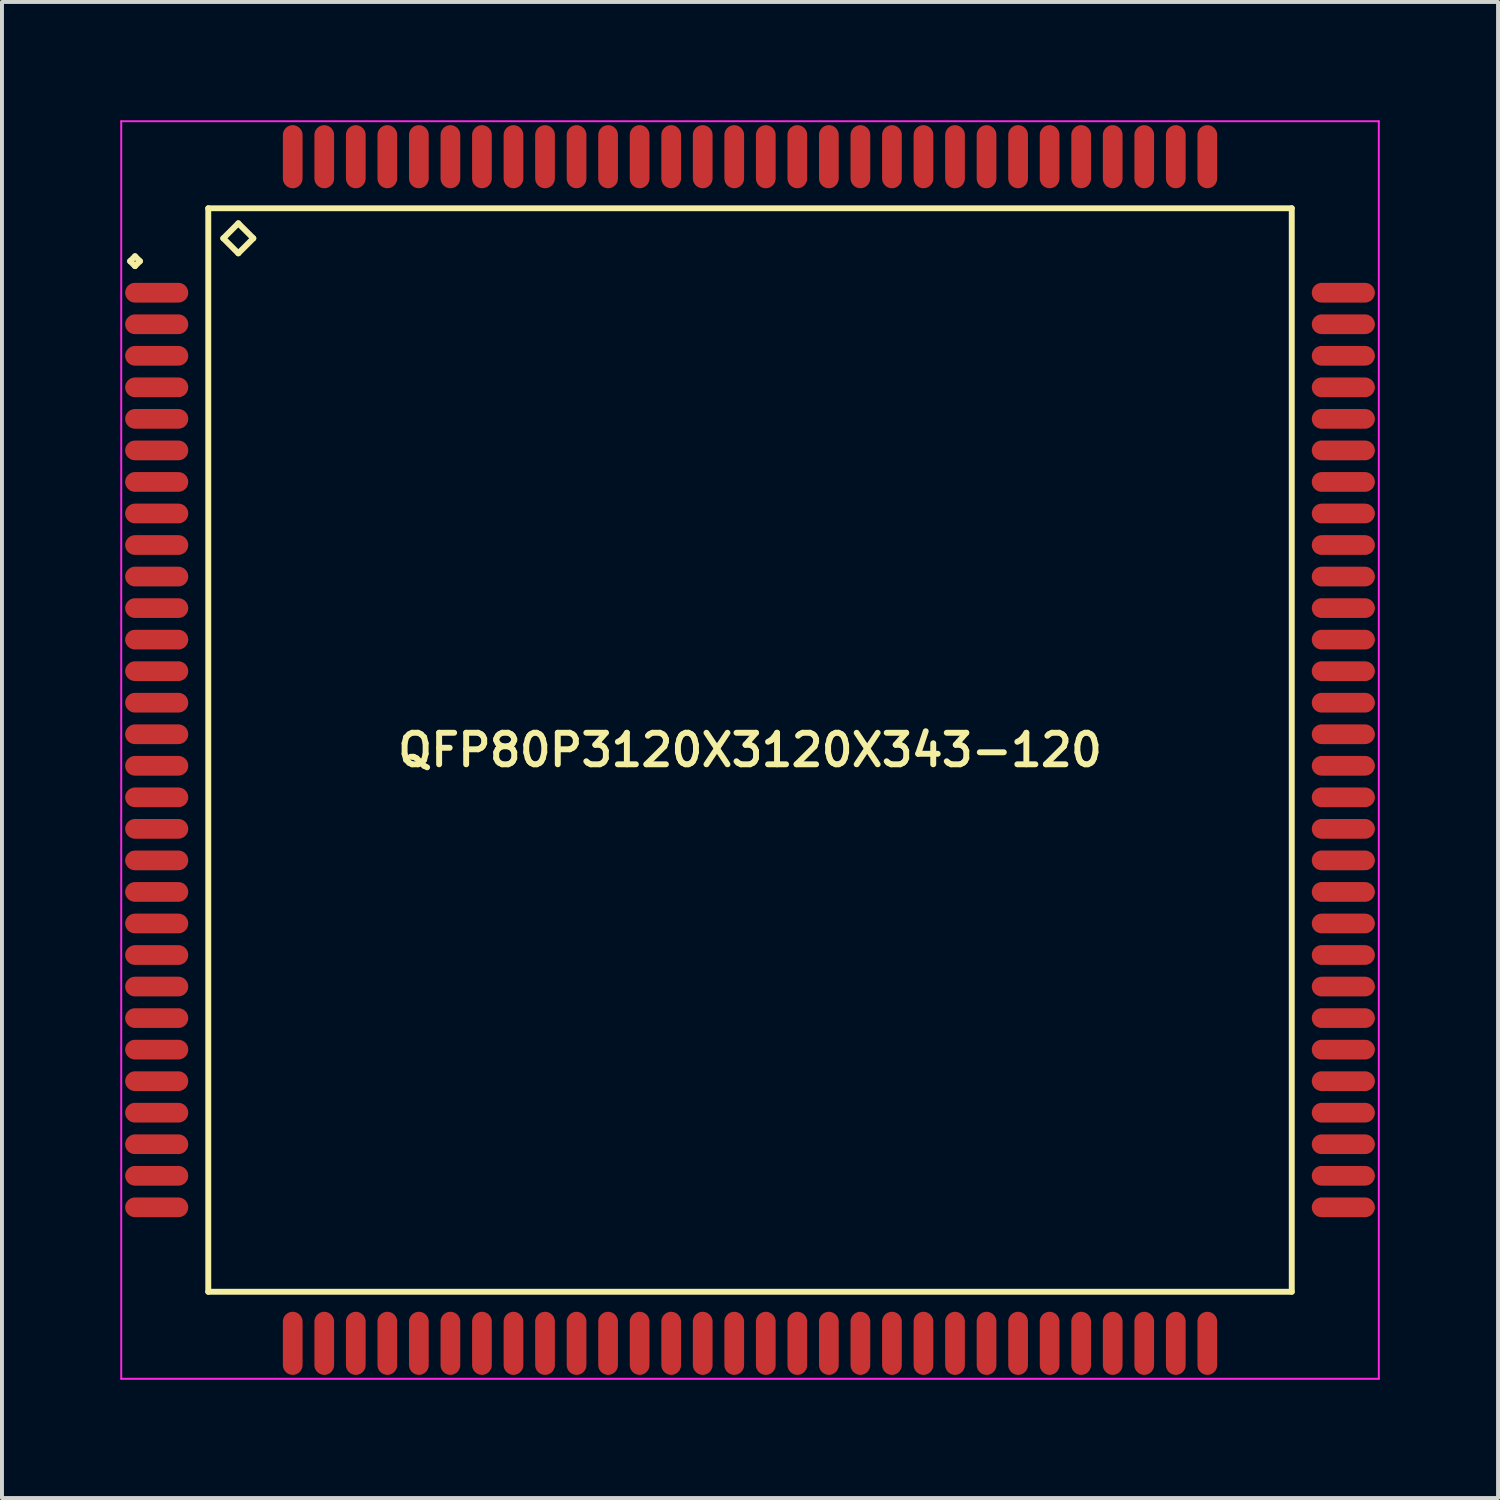
<source format=kicad_pcb>
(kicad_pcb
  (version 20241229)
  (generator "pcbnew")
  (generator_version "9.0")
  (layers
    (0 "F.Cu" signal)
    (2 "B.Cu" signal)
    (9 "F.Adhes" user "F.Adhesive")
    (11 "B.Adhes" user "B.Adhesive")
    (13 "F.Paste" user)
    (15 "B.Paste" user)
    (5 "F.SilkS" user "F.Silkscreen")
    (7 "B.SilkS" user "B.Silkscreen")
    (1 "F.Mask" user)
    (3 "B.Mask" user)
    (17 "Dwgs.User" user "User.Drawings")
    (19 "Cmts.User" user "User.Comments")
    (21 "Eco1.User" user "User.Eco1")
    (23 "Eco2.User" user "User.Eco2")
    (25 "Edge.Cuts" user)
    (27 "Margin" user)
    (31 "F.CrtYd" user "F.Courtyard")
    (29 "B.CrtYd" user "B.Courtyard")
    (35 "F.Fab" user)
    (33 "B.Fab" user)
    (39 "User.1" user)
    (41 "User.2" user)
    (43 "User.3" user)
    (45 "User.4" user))
  (footprint "QFP80P3120X3120X343-120"
    (layer "F.Cu")
    (at 15.975 15.975)
    (property "Reference" "QFP80P3120X3120X343-120" (at 0 0 0) (layer "F.SilkS") (effects (font (size 0.8 0.8) (thickness 0.15))))
    (attr smd)
    (fp_line (start -15.725 -12.4) (end -15.6 -12.525) (stroke (width 0.15) (type solid)) (layer "F.SilkS"))
    (fp_line (start -15.6 -12.525) (end -15.475 -12.4) (stroke (width 0.15) (type solid)) (layer "F.SilkS"))
    (fp_line (start -15.6 -12.275) (end -15.725 -12.4) (stroke (width 0.15) (type solid)) (layer "F.SilkS"))
    (fp_line (start -15.475 -12.4) (end -15.6 -12.275) (stroke (width 0.15) (type solid)) (layer "F.SilkS"))
    (fp_line (start -13.742 -13.742) (end -13.742 13.742) (stroke (width 0.15) (type solid)) (layer "F.SilkS"))
    (fp_line (start -13.742 13.742) (end 13.742 13.742) (stroke (width 0.15) (type solid)) (layer "F.SilkS"))
    (fp_line (start -13.361 -12.98) (end -12.98 -13.361) (stroke (width 0.15) (type solid)) (layer "F.SilkS"))
    (fp_line (start -12.98 -13.361) (end -12.599 -12.98) (stroke (width 0.15) (type solid)) (layer "F.SilkS"))
    (fp_line (start -12.98 -12.599) (end -13.361 -12.98) (stroke (width 0.15) (type solid)) (layer "F.SilkS"))
    (fp_line (start -12.599 -12.98) (end -12.98 -12.599) (stroke (width 0.15) (type solid)) (layer "F.SilkS"))
    (fp_line (start 13.742 -13.742) (end -13.742 -13.742) (stroke (width 0.15) (type solid)) (layer "F.SilkS"))
    (fp_line (start 13.742 13.742) (end 13.742 -13.742) (stroke (width 0.15) (type solid)) (layer "F.SilkS"))
    (fp_line (start -15.95 -15.95) (end 15.95 -15.95) (stroke (width 0.05) (type solid)) (layer "F.CrtYd"))
    (fp_line (start -15.95 15.95) (end -15.95 -15.95) (stroke (width 0.05) (type solid)) (layer "F.CrtYd"))
    (fp_line (start 15.95 -15.95) (end 15.95 15.95) (stroke (width 0.05) (type solid)) (layer "F.CrtYd"))
    (fp_line (start 15.95 15.95) (end -15.95 15.95) (stroke (width 0.05) (type solid)) (layer "F.CrtYd"))
    (pad "1" smd oval (at -15.05 -11.6) (size 1.6 0.5) (layers "F.Cu" "F.Mask" "F.Paste"))
    (pad "2" smd oval (at -15.05 -10.8) (size 1.6 0.5) (layers "F.Cu" "F.Mask" "F.Paste"))
    (pad "3" smd oval (at -15.05 -10) (size 1.6 0.5) (layers "F.Cu" "F.Mask" "F.Paste"))
    (pad "4" smd oval (at -15.05 -9.2) (size 1.6 0.5) (layers "F.Cu" "F.Mask" "F.Paste"))
    (pad "5" smd oval (at -15.05 -8.4) (size 1.6 0.5) (layers "F.Cu" "F.Mask" "F.Paste"))
    (pad "6" smd oval (at -15.05 -7.6) (size 1.6 0.5) (layers "F.Cu" "F.Mask" "F.Paste"))
    (pad "7" smd oval (at -15.05 -6.8) (size 1.6 0.5) (layers "F.Cu" "F.Mask" "F.Paste"))
    (pad "8" smd oval (at -15.05 -6) (size 1.6 0.5) (layers "F.Cu" "F.Mask" "F.Paste"))
    (pad "9" smd oval (at -15.05 -5.2) (size 1.6 0.5) (layers "F.Cu" "F.Mask" "F.Paste"))
    (pad "10" smd oval (at -15.05 -4.4) (size 1.6 0.5) (layers "F.Cu" "F.Mask" "F.Paste"))
    (pad "11" smd oval (at -15.05 -3.6) (size 1.6 0.5) (layers "F.Cu" "F.Mask" "F.Paste"))
    (pad "12" smd oval (at -15.05 -2.8) (size 1.6 0.5) (layers "F.Cu" "F.Mask" "F.Paste"))
    (pad "13" smd oval (at -15.05 -2) (size 1.6 0.5) (layers "F.Cu" "F.Mask" "F.Paste"))
    (pad "14" smd oval (at -15.05 -1.2) (size 1.6 0.5) (layers "F.Cu" "F.Mask" "F.Paste"))
    (pad "15" smd oval (at -15.05 -0.4) (size 1.6 0.5) (layers "F.Cu" "F.Mask" "F.Paste"))
    (pad "16" smd oval (at -15.05 0.4) (size 1.6 0.5) (layers "F.Cu" "F.Mask" "F.Paste"))
    (pad "17" smd oval (at -15.05 1.2) (size 1.6 0.5) (layers "F.Cu" "F.Mask" "F.Paste"))
    (pad "18" smd oval (at -15.05 2) (size 1.6 0.5) (layers "F.Cu" "F.Mask" "F.Paste"))
    (pad "19" smd oval (at -15.05 2.8) (size 1.6 0.5) (layers "F.Cu" "F.Mask" "F.Paste"))
    (pad "20" smd oval (at -15.05 3.6) (size 1.6 0.5) (layers "F.Cu" "F.Mask" "F.Paste"))
    (pad "21" smd oval (at -15.05 4.4) (size 1.6 0.5) (layers "F.Cu" "F.Mask" "F.Paste"))
    (pad "22" smd oval (at -15.05 5.2) (size 1.6 0.5) (layers "F.Cu" "F.Mask" "F.Paste"))
    (pad "23" smd oval (at -15.05 6) (size 1.6 0.5) (layers "F.Cu" "F.Mask" "F.Paste"))
    (pad "24" smd oval (at -15.05 6.8) (size 1.6 0.5) (layers "F.Cu" "F.Mask" "F.Paste"))
    (pad "25" smd oval (at -15.05 7.6) (size 1.6 0.5) (layers "F.Cu" "F.Mask" "F.Paste"))
    (pad "26" smd oval (at -15.05 8.4) (size 1.6 0.5) (layers "F.Cu" "F.Mask" "F.Paste"))
    (pad "27" smd oval (at -15.05 9.2) (size 1.6 0.5) (layers "F.Cu" "F.Mask" "F.Paste"))
    (pad "28" smd oval (at -15.05 10) (size 1.6 0.5) (layers "F.Cu" "F.Mask" "F.Paste"))
    (pad "29" smd oval (at -15.05 10.8) (size 1.6 0.5) (layers "F.Cu" "F.Mask" "F.Paste"))
    (pad "30" smd oval (at -15.05 11.6) (size 1.6 0.5) (layers "F.Cu" "F.Mask" "F.Paste"))
    (pad "31" smd oval (at -11.6 15.05) (size 0.5 1.6) (layers "F.Cu" "F.Mask" "F.Paste"))
    (pad "32" smd oval (at -10.8 15.05) (size 0.5 1.6) (layers "F.Cu" "F.Mask" "F.Paste"))
    (pad "33" smd oval (at -10 15.05) (size 0.5 1.6) (layers "F.Cu" "F.Mask" "F.Paste"))
    (pad "34" smd oval (at -9.2 15.05) (size 0.5 1.6) (layers "F.Cu" "F.Mask" "F.Paste"))
    (pad "35" smd oval (at -8.4 15.05) (size 0.5 1.6) (layers "F.Cu" "F.Mask" "F.Paste"))
    (pad "36" smd oval (at -7.6 15.05) (size 0.5 1.6) (layers "F.Cu" "F.Mask" "F.Paste"))
    (pad "37" smd oval (at -6.8 15.05) (size 0.5 1.6) (layers "F.Cu" "F.Mask" "F.Paste"))
    (pad "38" smd oval (at -6 15.05) (size 0.5 1.6) (layers "F.Cu" "F.Mask" "F.Paste"))
    (pad "39" smd oval (at -5.2 15.05) (size 0.5 1.6) (layers "F.Cu" "F.Mask" "F.Paste"))
    (pad "40" smd oval (at -4.4 15.05) (size 0.5 1.6) (layers "F.Cu" "F.Mask" "F.Paste"))
    (pad "41" smd oval (at -3.6 15.05) (size 0.5 1.6) (layers "F.Cu" "F.Mask" "F.Paste"))
    (pad "42" smd oval (at -2.8 15.05) (size 0.5 1.6) (layers "F.Cu" "F.Mask" "F.Paste"))
    (pad "43" smd oval (at -2 15.05) (size 0.5 1.6) (layers "F.Cu" "F.Mask" "F.Paste"))
    (pad "44" smd oval (at -1.2 15.05) (size 0.5 1.6) (layers "F.Cu" "F.Mask" "F.Paste"))
    (pad "45" smd oval (at -0.4 15.05) (size 0.5 1.6) (layers "F.Cu" "F.Mask" "F.Paste"))
    (pad "46" smd oval (at 0.4 15.05) (size 0.5 1.6) (layers "F.Cu" "F.Mask" "F.Paste"))
    (pad "47" smd oval (at 1.2 15.05) (size 0.5 1.6) (layers "F.Cu" "F.Mask" "F.Paste"))
    (pad "48" smd oval (at 2 15.05) (size 0.5 1.6) (layers "F.Cu" "F.Mask" "F.Paste"))
    (pad "49" smd oval (at 2.8 15.05) (size 0.5 1.6) (layers "F.Cu" "F.Mask" "F.Paste"))
    (pad "50" smd oval (at 3.6 15.05) (size 0.5 1.6) (layers "F.Cu" "F.Mask" "F.Paste"))
    (pad "51" smd oval (at 4.4 15.05) (size 0.5 1.6) (layers "F.Cu" "F.Mask" "F.Paste"))
    (pad "52" smd oval (at 5.2 15.05) (size 0.5 1.6) (layers "F.Cu" "F.Mask" "F.Paste"))
    (pad "53" smd oval (at 6 15.05) (size 0.5 1.6) (layers "F.Cu" "F.Mask" "F.Paste"))
    (pad "54" smd oval (at 6.8 15.05) (size 0.5 1.6) (layers "F.Cu" "F.Mask" "F.Paste"))
    (pad "55" smd oval (at 7.6 15.05) (size 0.5 1.6) (layers "F.Cu" "F.Mask" "F.Paste"))
    (pad "56" smd oval (at 8.4 15.05) (size 0.5 1.6) (layers "F.Cu" "F.Mask" "F.Paste"))
    (pad "57" smd oval (at 9.2 15.05) (size 0.5 1.6) (layers "F.Cu" "F.Mask" "F.Paste"))
    (pad "58" smd oval (at 10 15.05) (size 0.5 1.6) (layers "F.Cu" "F.Mask" "F.Paste"))
    (pad "59" smd oval (at 10.8 15.05) (size 0.5 1.6) (layers "F.Cu" "F.Mask" "F.Paste"))
    (pad "60" smd oval (at 11.6 15.05) (size 0.5 1.6) (layers "F.Cu" "F.Mask" "F.Paste"))
    (pad "61" smd oval (at 15.05 11.6) (size 1.6 0.5) (layers "F.Cu" "F.Mask" "F.Paste"))
    (pad "62" smd oval (at 15.05 10.8) (size 1.6 0.5) (layers "F.Cu" "F.Mask" "F.Paste"))
    (pad "63" smd oval (at 15.05 10) (size 1.6 0.5) (layers "F.Cu" "F.Mask" "F.Paste"))
    (pad "64" smd oval (at 15.05 9.2) (size 1.6 0.5) (layers "F.Cu" "F.Mask" "F.Paste"))
    (pad "65" smd oval (at 15.05 8.4) (size 1.6 0.5) (layers "F.Cu" "F.Mask" "F.Paste"))
    (pad "66" smd oval (at 15.05 7.6) (size 1.6 0.5) (layers "F.Cu" "F.Mask" "F.Paste"))
    (pad "67" smd oval (at 15.05 6.8) (size 1.6 0.5) (layers "F.Cu" "F.Mask" "F.Paste"))
    (pad "68" smd oval (at 15.05 6) (size 1.6 0.5) (layers "F.Cu" "F.Mask" "F.Paste"))
    (pad "69" smd oval (at 15.05 5.2) (size 1.6 0.5) (layers "F.Cu" "F.Mask" "F.Paste"))
    (pad "70" smd oval (at 15.05 4.4) (size 1.6 0.5) (layers "F.Cu" "F.Mask" "F.Paste"))
    (pad "71" smd oval (at 15.05 3.6) (size 1.6 0.5) (layers "F.Cu" "F.Mask" "F.Paste"))
    (pad "72" smd oval (at 15.05 2.8) (size 1.6 0.5) (layers "F.Cu" "F.Mask" "F.Paste"))
    (pad "73" smd oval (at 15.05 2) (size 1.6 0.5) (layers "F.Cu" "F.Mask" "F.Paste"))
    (pad "74" smd oval (at 15.05 1.2) (size 1.6 0.5) (layers "F.Cu" "F.Mask" "F.Paste"))
    (pad "75" smd oval (at 15.05 0.4) (size 1.6 0.5) (layers "F.Cu" "F.Mask" "F.Paste"))
    (pad "76" smd oval (at 15.05 -0.4) (size 1.6 0.5) (layers "F.Cu" "F.Mask" "F.Paste"))
    (pad "77" smd oval (at 15.05 -1.2) (size 1.6 0.5) (layers "F.Cu" "F.Mask" "F.Paste"))
    (pad "78" smd oval (at 15.05 -2) (size 1.6 0.5) (layers "F.Cu" "F.Mask" "F.Paste"))
    (pad "79" smd oval (at 15.05 -2.8) (size 1.6 0.5) (layers "F.Cu" "F.Mask" "F.Paste"))
    (pad "80" smd oval (at 15.05 -3.6) (size 1.6 0.5) (layers "F.Cu" "F.Mask" "F.Paste"))
    (pad "81" smd oval (at 15.05 -4.4) (size 1.6 0.5) (layers "F.Cu" "F.Mask" "F.Paste"))
    (pad "82" smd oval (at 15.05 -5.2) (size 1.6 0.5) (layers "F.Cu" "F.Mask" "F.Paste"))
    (pad "83" smd oval (at 15.05 -6) (size 1.6 0.5) (layers "F.Cu" "F.Mask" "F.Paste"))
    (pad "84" smd oval (at 15.05 -6.8) (size 1.6 0.5) (layers "F.Cu" "F.Mask" "F.Paste"))
    (pad "85" smd oval (at 15.05 -7.6) (size 1.6 0.5) (layers "F.Cu" "F.Mask" "F.Paste"))
    (pad "86" smd oval (at 15.05 -8.4) (size 1.6 0.5) (layers "F.Cu" "F.Mask" "F.Paste"))
    (pad "87" smd oval (at 15.05 -9.2) (size 1.6 0.5) (layers "F.Cu" "F.Mask" "F.Paste"))
    (pad "88" smd oval (at 15.05 -10) (size 1.6 0.5) (layers "F.Cu" "F.Mask" "F.Paste"))
    (pad "89" smd oval (at 15.05 -10.8) (size 1.6 0.5) (layers "F.Cu" "F.Mask" "F.Paste"))
    (pad "90" smd oval (at 15.05 -11.6) (size 1.6 0.5) (layers "F.Cu" "F.Mask" "F.Paste"))
    (pad "91" smd oval (at 11.6 -15.05) (size 0.5 1.6) (layers "F.Cu" "F.Mask" "F.Paste"))
    (pad "92" smd oval (at 10.8 -15.05) (size 0.5 1.6) (layers "F.Cu" "F.Mask" "F.Paste"))
    (pad "93" smd oval (at 10 -15.05) (size 0.5 1.6) (layers "F.Cu" "F.Mask" "F.Paste"))
    (pad "94" smd oval (at 9.2 -15.05) (size 0.5 1.6) (layers "F.Cu" "F.Mask" "F.Paste"))
    (pad "95" smd oval (at 8.4 -15.05) (size 0.5 1.6) (layers "F.Cu" "F.Mask" "F.Paste"))
    (pad "96" smd oval (at 7.6 -15.05) (size 0.5 1.6) (layers "F.Cu" "F.Mask" "F.Paste"))
    (pad "97" smd oval (at 6.8 -15.05) (size 0.5 1.6) (layers "F.Cu" "F.Mask" "F.Paste"))
    (pad "98" smd oval (at 6 -15.05) (size 0.5 1.6) (layers "F.Cu" "F.Mask" "F.Paste"))
    (pad "99" smd oval (at 5.2 -15.05) (size 0.5 1.6) (layers "F.Cu" "F.Mask" "F.Paste"))
    (pad "100" smd oval (at 4.4 -15.05) (size 0.5 1.6) (layers "F.Cu" "F.Mask" "F.Paste"))
    (pad "101" smd oval (at 3.6 -15.05) (size 0.5 1.6) (layers "F.Cu" "F.Mask" "F.Paste"))
    (pad "102" smd oval (at 2.8 -15.05) (size 0.5 1.6) (layers "F.Cu" "F.Mask" "F.Paste"))
    (pad "103" smd oval (at 2 -15.05) (size 0.5 1.6) (layers "F.Cu" "F.Mask" "F.Paste"))
    (pad "104" smd oval (at 1.2 -15.05) (size 0.5 1.6) (layers "F.Cu" "F.Mask" "F.Paste"))
    (pad "105" smd oval (at 0.4 -15.05) (size 0.5 1.6) (layers "F.Cu" "F.Mask" "F.Paste"))
    (pad "106" smd oval (at -0.4 -15.05) (size 0.5 1.6) (layers "F.Cu" "F.Mask" "F.Paste"))
    (pad "107" smd oval (at -1.2 -15.05) (size 0.5 1.6) (layers "F.Cu" "F.Mask" "F.Paste"))
    (pad "108" smd oval (at -2 -15.05) (size 0.5 1.6) (layers "F.Cu" "F.Mask" "F.Paste"))
    (pad "109" smd oval (at -2.8 -15.05) (size 0.5 1.6) (layers "F.Cu" "F.Mask" "F.Paste"))
    (pad "110" smd oval (at -3.6 -15.05) (size 0.5 1.6) (layers "F.Cu" "F.Mask" "F.Paste"))
    (pad "111" smd oval (at -4.4 -15.05) (size 0.5 1.6) (layers "F.Cu" "F.Mask" "F.Paste"))
    (pad "112" smd oval (at -5.2 -15.05) (size 0.5 1.6) (layers "F.Cu" "F.Mask" "F.Paste"))
    (pad "113" smd oval (at -6 -15.05) (size 0.5 1.6) (layers "F.Cu" "F.Mask" "F.Paste"))
    (pad "114" smd oval (at -6.8 -15.05) (size 0.5 1.6) (layers "F.Cu" "F.Mask" "F.Paste"))
    (pad "115" smd oval (at -7.6 -15.05) (size 0.5 1.6) (layers "F.Cu" "F.Mask" "F.Paste"))
    (pad "116" smd oval (at -8.4 -15.05) (size 0.5 1.6) (layers "F.Cu" "F.Mask" "F.Paste"))
    (pad "117" smd oval (at -9.2 -15.05) (size 0.5 1.6) (layers "F.Cu" "F.Mask" "F.Paste"))
    (pad "118" smd oval (at -10 -15.05) (size 0.5 1.6) (layers "F.Cu" "F.Mask" "F.Paste"))
    (pad "119" smd oval (at -10.8 -15.05) (size 0.5 1.6) (layers "F.Cu" "F.Mask" "F.Paste"))
    (pad "120" smd oval (at -11.6 -15.05) (size 0.5 1.6) (layers "F.Cu" "F.Mask" "F.Paste")))
  (gr_rect
    (start -3 -3)
    (end 34.95 34.95)
    (stroke (width 0.1) (type default))
    (fill no)
    (layer "Edge.Cuts")))
</source>
